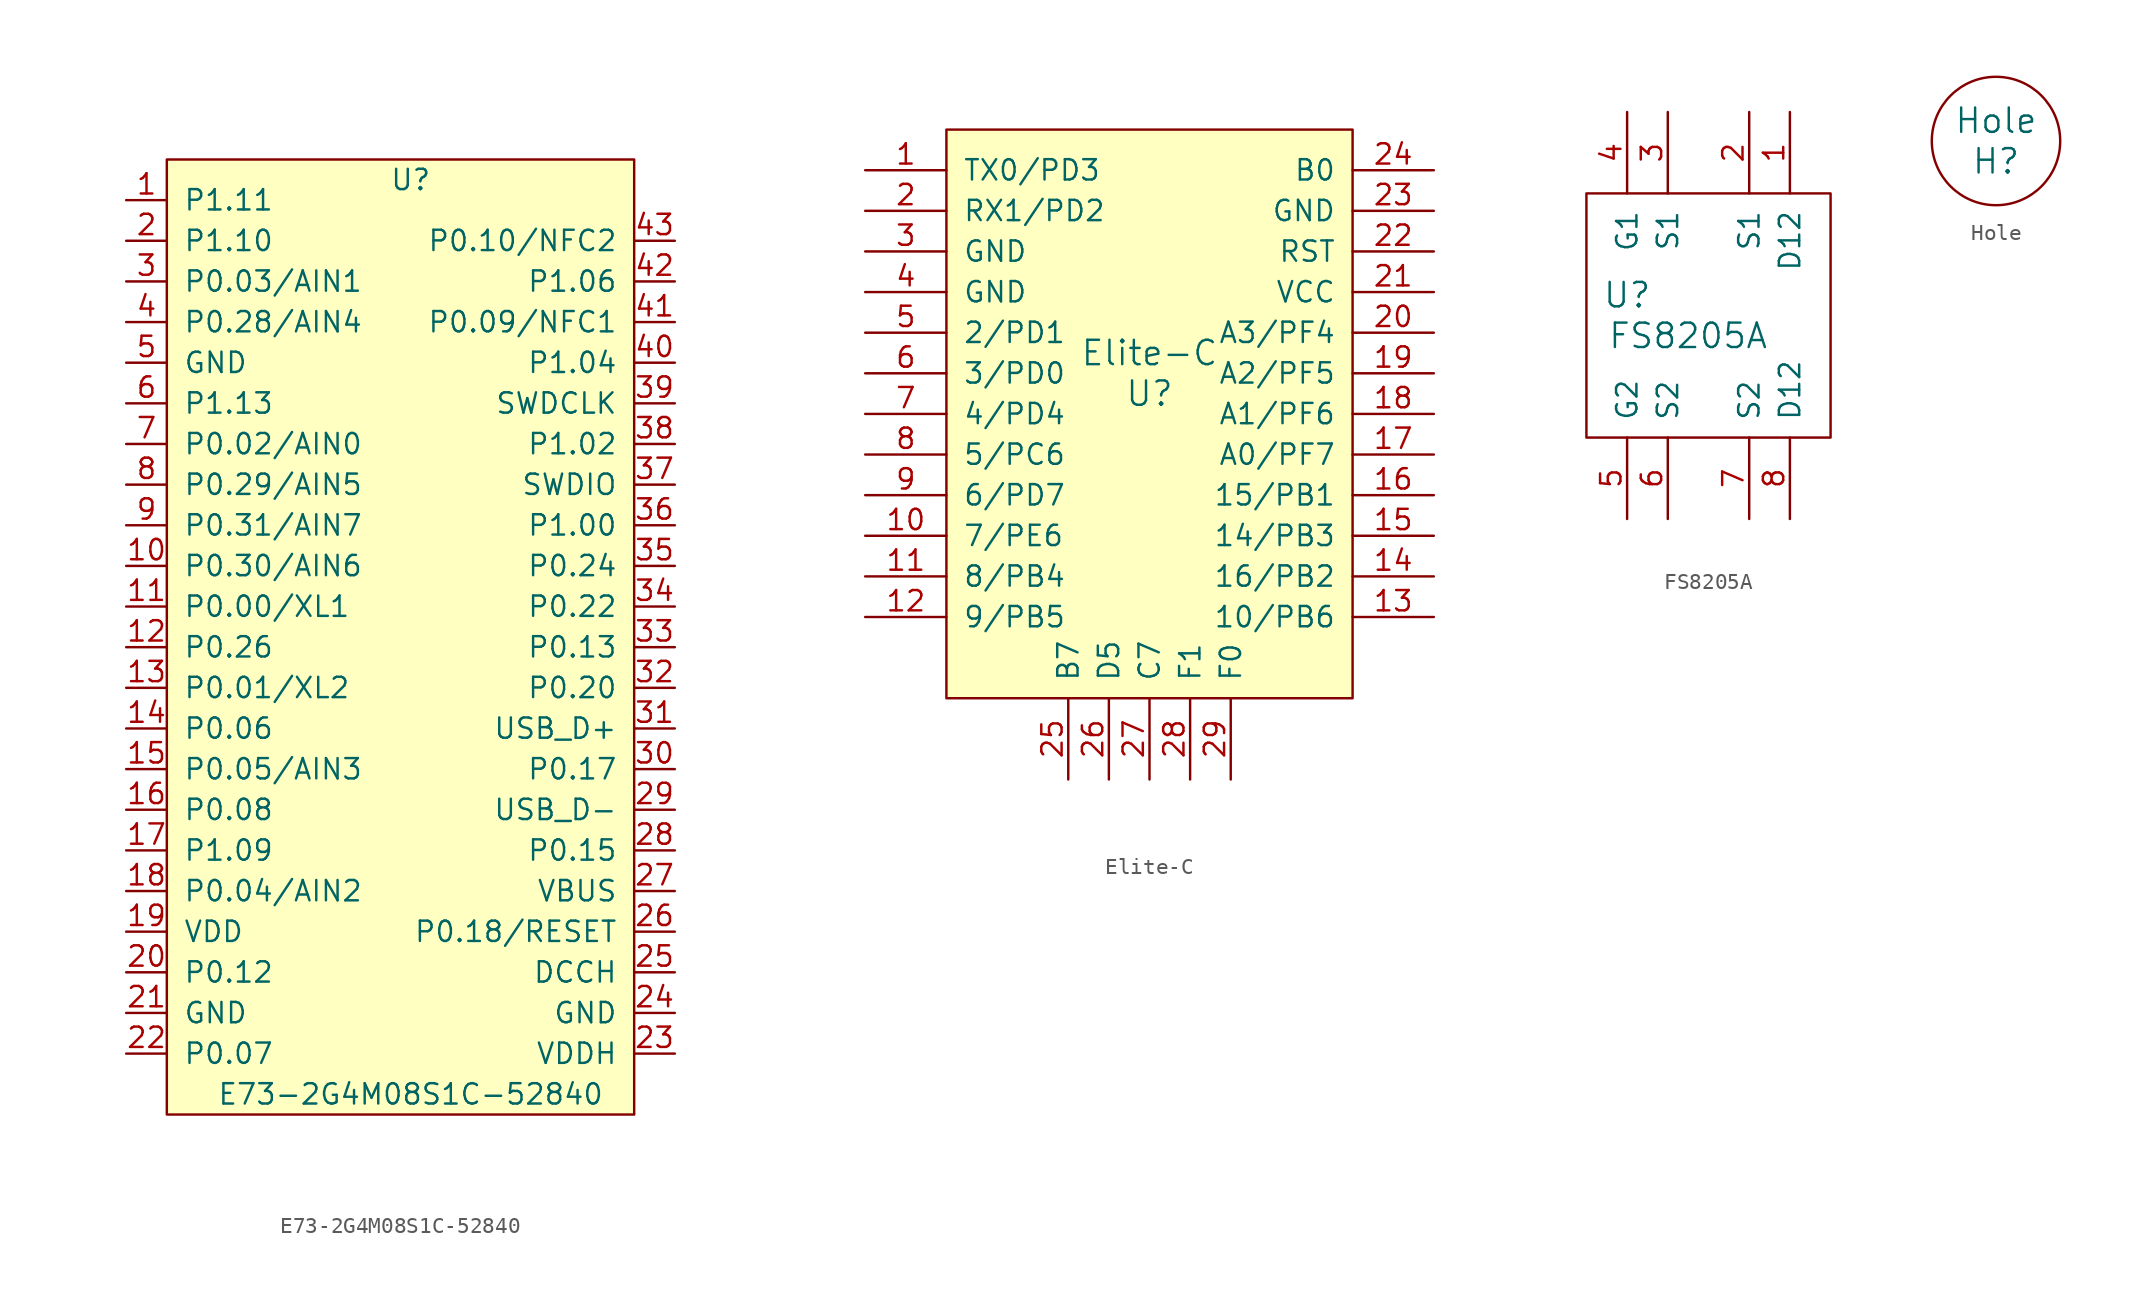
<source format=kicad_sym>
(kicad_symbol_lib
  (version 20220914)
  (generator kicad_symbol_editor)
  (symbol "E73-2G4M08S1C-52840"
    (pin_names
      (offset 1.016))
    (property "Reference" "U"
      (at 0 29.21 0)
      (effects (font (size 1.27 1.27))))
    (property "Value" "E73-2G4M08S1C-52840"
      (at 0 -27.94 0)
      (effects (font (size 1.27 1.27))))
    (symbol "E73-2G4M08S1C-52840_0_1"
      (rectangle (start -15.24 30.48) (end 13.97 -29.21) (stroke (width 0) (type default)) (fill (type background))))
    (symbol "E73-2G4M08S1C-52840_1_1"
      (pin input line (at -17.78 27.94 0) (length 2.54) (name "P1.11" (effects (font (size 1.27 1.27)))) (number "1" (effects (font (size 1.27 1.27)))))
      (pin input line (at -17.78 5.08 0) (length 2.54) (name "P0.30/AIN6" (effects (font (size 1.27 1.27)))) (number "10" (effects (font (size 1.27 1.27)))))
      (pin input line (at -17.78 2.54 0) (length 2.54) (name "P0.00/XL1" (effects (font (size 1.27 1.27)))) (number "11" (effects (font (size 1.27 1.27)))))
      (pin input line (at -17.78 0 0) (length 2.54) (name "P0.26" (effects (font (size 1.27 1.27)))) (number "12" (effects (font (size 1.27 1.27)))))
      (pin input line (at -17.78 -2.54 0) (length 2.54) (name "P0.01/XL2" (effects (font (size 1.27 1.27)))) (number "13" (effects (font (size 1.27 1.27)))))
      (pin input line (at -17.78 -5.08 0) (length 2.54) (name "P0.06" (effects (font (size 1.27 1.27)))) (number "14" (effects (font (size 1.27 1.27)))))
      (pin input line (at -17.78 -7.62 0) (length 2.54) (name "P0.05/AIN3" (effects (font (size 1.27 1.27)))) (number "15" (effects (font (size 1.27 1.27)))))
      (pin input line (at -17.78 -10.16 0) (length 2.54) (name "P0.08" (effects (font (size 1.27 1.27)))) (number "16" (effects (font (size 1.27 1.27)))))
      (pin input line (at -17.78 -12.7 0) (length 2.54) (name "P1.09" (effects (font (size 1.27 1.27)))) (number "17" (effects (font (size 1.27 1.27)))))
      (pin input line (at -17.78 -15.24 0) (length 2.54) (name "P0.04/AIN2" (effects (font (size 1.27 1.27)))) (number "18" (effects (font (size 1.27 1.27)))))
      (pin power_in line (at -17.78 -17.78 0) (length 2.54) (name "VDD" (effects (font (size 1.27 1.27)))) (number "19" (effects (font (size 1.27 1.27)))))
      (pin input line (at -17.78 25.4 0) (length 2.54) (name "P1.10" (effects (font (size 1.27 1.27)))) (number "2" (effects (font (size 1.27 1.27)))))
      (pin input line (at -17.78 -20.32 0) (length 2.54) (name "P0.12" (effects (font (size 1.27 1.27)))) (number "20" (effects (font (size 1.27 1.27)))))
      (pin power_in line (at -17.78 -22.86 0) (length 2.54) (name "GND" (effects (font (size 1.27 1.27)))) (number "21" (effects (font (size 1.27 1.27)))))
      (pin input line (at -17.78 -25.4 0) (length 2.54) (name "P0.07" (effects (font (size 1.27 1.27)))) (number "22" (effects (font (size 1.27 1.27)))))
      (pin power_in line (at 16.51 -25.4 180) (length 2.54) (name "VDDH" (effects (font (size 1.27 1.27)))) (number "23" (effects (font (size 1.27 1.27)))))
      (pin power_in line (at 16.51 -22.86 180) (length 2.54) (name "GND" (effects (font (size 1.27 1.27)))) (number "24" (effects (font (size 1.27 1.27)))))
      (pin power_out line (at 16.51 -20.32 180) (length 2.54) (name "DCCH" (effects (font (size 1.27 1.27)))) (number "25" (effects (font (size 1.27 1.27)))))
      (pin input line (at 16.51 -17.78 180) (length 2.54) (name "P0.18/RESET" (effects (font (size 1.27 1.27)))) (number "26" (effects (font (size 1.27 1.27)))))
      (pin power_in line (at 16.51 -15.24 180) (length 2.54) (name "VBUS" (effects (font (size 1.27 1.27)))) (number "27" (effects (font (size 1.27 1.27)))))
      (pin power_in line (at 16.51 -12.7 180) (length 2.54) (name "P0.15" (effects (font (size 1.27 1.27)))) (number "28" (effects (font (size 1.27 1.27)))))
      (pin input line (at 16.51 -10.16 180) (length 2.54) (name "USB_D-" (effects (font (size 1.27 1.27)))) (number "29" (effects (font (size 1.27 1.27)))))
      (pin input line (at -17.78 22.86 0) (length 2.54) (name "P0.03/AIN1" (effects (font (size 1.27 1.27)))) (number "3" (effects (font (size 1.27 1.27)))))
      (pin input line (at 16.51 -7.62 180) (length 2.54) (name "P0.17" (effects (font (size 1.27 1.27)))) (number "30" (effects (font (size 1.27 1.27)))))
      (pin input line (at 16.51 -5.08 180) (length 2.54) (name "USB_D+" (effects (font (size 1.27 1.27)))) (number "31" (effects (font (size 1.27 1.27)))))
      (pin input line (at 16.51 -2.54 180) (length 2.54) (name "P0.20" (effects (font (size 1.27 1.27)))) (number "32" (effects (font (size 1.27 1.27)))))
      (pin input line (at 16.51 0 180) (length 2.54) (name "P0.13" (effects (font (size 1.27 1.27)))) (number "33" (effects (font (size 1.27 1.27)))))
      (pin input line (at 16.51 2.54 180) (length 2.54) (name "P0.22" (effects (font (size 1.27 1.27)))) (number "34" (effects (font (size 1.27 1.27)))))
      (pin input line (at 16.51 5.08 180) (length 2.54) (name "P0.24" (effects (font (size 1.27 1.27)))) (number "35" (effects (font (size 1.27 1.27)))))
      (pin input line (at 16.51 7.62 180) (length 2.54) (name "P1.00" (effects (font (size 1.27 1.27)))) (number "36" (effects (font (size 1.27 1.27)))))
      (pin input line (at 16.51 10.16 180) (length 2.54) (name "SWDIO" (effects (font (size 1.27 1.27)))) (number "37" (effects (font (size 1.27 1.27)))))
      (pin input line (at 16.51 12.7 180) (length 2.54) (name "P1.02" (effects (font (size 1.27 1.27)))) (number "38" (effects (font (size 1.27 1.27)))))
      (pin input line (at 16.51 15.24 180) (length 2.54) (name "SWDCLK" (effects (font (size 1.27 1.27)))) (number "39" (effects (font (size 1.27 1.27)))))
      (pin input line (at -17.78 20.32 0) (length 2.54) (name "P0.28/AIN4" (effects (font (size 1.27 1.27)))) (number "4" (effects (font (size 1.27 1.27)))))
      (pin input line (at 16.51 17.78 180) (length 2.54) (name "P1.04" (effects (font (size 1.27 1.27)))) (number "40" (effects (font (size 1.27 1.27)))))
      (pin input line (at 16.51 20.32 180) (length 2.54) (name "P0.09/NFC1" (effects (font (size 1.27 1.27)))) (number "41" (effects (font (size 1.27 1.27)))))
      (pin input line (at 16.51 22.86 180) (length 2.54) (name "P1.06" (effects (font (size 1.27 1.27)))) (number "42" (effects (font (size 1.27 1.27)))))
      (pin input line (at 16.51 25.4 180) (length 2.54) (name "P0.10/NFC2" (effects (font (size 1.27 1.27)))) (number "43" (effects (font (size 1.27 1.27)))))
      (pin power_in line (at -17.78 17.78 0) (length 2.54) (name "GND" (effects (font (size 1.27 1.27)))) (number "5" (effects (font (size 1.27 1.27)))))
      (pin input line (at -17.78 15.24 0) (length 2.54) (name "P1.13" (effects (font (size 1.27 1.27)))) (number "6" (effects (font (size 1.27 1.27)))))
      (pin input line (at -17.78 12.7 0) (length 2.54) (name "P0.02/AIN0" (effects (font (size 1.27 1.27)))) (number "7" (effects (font (size 1.27 1.27)))))
      (pin input line (at -17.78 10.16 0) (length 2.54) (name "P0.29/AIN5" (effects (font (size 1.27 1.27)))) (number "8" (effects (font (size 1.27 1.27)))))
      (pin input line (at -17.78 7.62 0) (length 2.54) (name "P0.31/AIN7" (effects (font (size 1.27 1.27)))) (number "9" (effects (font (size 1.27 1.27)))))))
  (symbol "Elite-C"
    (pin_names
      (offset 1.016))
    (property "Reference" "U"
      (at 0 0 0)
      (effects (font (size 1.524 1.524))))
    (property "Value" "Elite-C"
      (at 0 2.54 0)
      (effects (font (size 1.524 1.524))))
    (symbol "Elite-C_0_1"
      (rectangle (start 12.7 -19.05) (end -12.7 16.51) (stroke (width 0) (type default)) (fill (type background))))
    (symbol "Elite-C_1_1"
      (pin input line (at -17.78 13.97 0) (length 5.08) (name "TX0/PD3" (effects (font (size 1.27 1.27)))) (number "1" (effects (font (size 1.27 1.27)))))
      (pin input line (at -17.78 -8.89 0) (length 5.08) (name "7/PE6" (effects (font (size 1.27 1.27)))) (number "10" (effects (font (size 1.27 1.27)))))
      (pin input line (at -17.78 -11.43 0) (length 5.08) (name "8/PB4" (effects (font (size 1.27 1.27)))) (number "11" (effects (font (size 1.27 1.27)))))
      (pin input line (at -17.78 -13.97 0) (length 5.08) (name "9/PB5" (effects (font (size 1.27 1.27)))) (number "12" (effects (font (size 1.27 1.27)))))
      (pin input line (at 17.78 -13.97 180) (length 5.08) (name "10/PB6" (effects (font (size 1.27 1.27)))) (number "13" (effects (font (size 1.27 1.27)))))
      (pin input line (at 17.78 -11.43 180) (length 5.08) (name "16/PB2" (effects (font (size 1.27 1.27)))) (number "14" (effects (font (size 1.27 1.27)))))
      (pin input line (at 17.78 -8.89 180) (length 5.08) (name "14/PB3" (effects (font (size 1.27 1.27)))) (number "15" (effects (font (size 1.27 1.27)))))
      (pin input line (at 17.78 -6.35 180) (length 5.08) (name "15/PB1" (effects (font (size 1.27 1.27)))) (number "16" (effects (font (size 1.27 1.27)))))
      (pin input line (at 17.78 -3.81 180) (length 5.08) (name "A0/PF7" (effects (font (size 1.27 1.27)))) (number "17" (effects (font (size 1.27 1.27)))))
      (pin input line (at 17.78 -1.27 180) (length 5.08) (name "A1/PF6" (effects (font (size 1.27 1.27)))) (number "18" (effects (font (size 1.27 1.27)))))
      (pin input line (at 17.78 1.27 180) (length 5.08) (name "A2/PF5" (effects (font (size 1.27 1.27)))) (number "19" (effects (font (size 1.27 1.27)))))
      (pin input line (at -17.78 11.43 0) (length 5.08) (name "RX1/PD2" (effects (font (size 1.27 1.27)))) (number "2" (effects (font (size 1.27 1.27)))))
      (pin input line (at 17.78 3.81 180) (length 5.08) (name "A3/PF4" (effects (font (size 1.27 1.27)))) (number "20" (effects (font (size 1.27 1.27)))))
      (pin input line (at 17.78 6.35 180) (length 5.08) (name "VCC" (effects (font (size 1.27 1.27)))) (number "21" (effects (font (size 1.27 1.27)))))
      (pin input line (at 17.78 8.89 180) (length 5.08) (name "RST" (effects (font (size 1.27 1.27)))) (number "22" (effects (font (size 1.27 1.27)))))
      (pin input line (at 17.78 11.43 180) (length 5.08) (name "GND" (effects (font (size 1.27 1.27)))) (number "23" (effects (font (size 1.27 1.27)))))
      (pin input line (at 17.78 13.97 180) (length 5.08) (name "B0" (effects (font (size 1.27 1.27)))) (number "24" (effects (font (size 1.27 1.27)))))
      (pin input line (at -5.08 -24.13 90) (length 5.08) (name "B7" (effects (font (size 1.27 1.27)))) (number "25" (effects (font (size 1.27 1.27)))))
      (pin input line (at -2.54 -24.13 90) (length 5.08) (name "D5" (effects (font (size 1.27 1.27)))) (number "26" (effects (font (size 1.27 1.27)))))
      (pin input line (at 0 -24.13 90) (length 5.08) (name "C7" (effects (font (size 1.27 1.27)))) (number "27" (effects (font (size 1.27 1.27)))))
      (pin input line (at 2.54 -24.13 90) (length 5.08) (name "F1" (effects (font (size 1.27 1.27)))) (number "28" (effects (font (size 1.27 1.27)))))
      (pin input line (at 5.08 -24.13 90) (length 5.08) (name "F0" (effects (font (size 1.27 1.27)))) (number "29" (effects (font (size 1.27 1.27)))))
      (pin input line (at -17.78 8.89 0) (length 5.08) (name "GND" (effects (font (size 1.27 1.27)))) (number "3" (effects (font (size 1.27 1.27)))))
      (pin input line (at -17.78 6.35 0) (length 5.08) (name "GND" (effects (font (size 1.27 1.27)))) (number "4" (effects (font (size 1.27 1.27)))))
      (pin input line (at -17.78 3.81 0) (length 5.08) (name "2/PD1" (effects (font (size 1.27 1.27)))) (number "5" (effects (font (size 1.27 1.27)))))
      (pin input line (at -17.78 1.27 0) (length 5.08) (name "3/PD0" (effects (font (size 1.27 1.27)))) (number "6" (effects (font (size 1.27 1.27)))))
      (pin input line (at -17.78 -1.27 0) (length 5.08) (name "4/PD4" (effects (font (size 1.27 1.27)))) (number "7" (effects (font (size 1.27 1.27)))))
      (pin input line (at -17.78 -3.81 0) (length 5.08) (name "5/PC6" (effects (font (size 1.27 1.27)))) (number "8" (effects (font (size 1.27 1.27)))))
      (pin input line (at -17.78 -6.35 0) (length 5.08) (name "6/PD7" (effects (font (size 1.27 1.27)))) (number "9" (effects (font (size 1.27 1.27)))))))
  (symbol "FS8205A"
    (pin_names
      (offset 1.016))
    (property "Reference" "U"
      (at -5.08 -1.27 0)
      (effects (font (size 1.524 1.524))))
    (property "Value" "FS8205A"
      (at -1.27 -3.81 0)
      (effects (font (size 1.524 1.524))))
    (symbol "FS8205A_0_1"
      (rectangle (start -7.62 5.08) (end 7.62 -10.16) (stroke (width 0) (type default)) (fill (type none))))
    (symbol "FS8205A_1_1"
      (pin input line (at 5.08 10.16 270) (length 5.08) (name "D12" (effects (font (size 1.27 1.27)))) (number "1" (effects (font (size 1.27 1.27)))))
      (pin input line (at 2.54 10.16 270) (length 5.08) (name "S1" (effects (font (size 1.27 1.27)))) (number "2" (effects (font (size 1.27 1.27)))))
      (pin input line (at -2.54 10.16 270) (length 5.08) (name "S1" (effects (font (size 1.27 1.27)))) (number "3" (effects (font (size 1.27 1.27)))))
      (pin input line (at -5.08 10.16 270) (length 5.08) (name "G1" (effects (font (size 1.27 1.27)))) (number "4" (effects (font (size 1.27 1.27)))))
      (pin input line (at -5.08 -15.24 90) (length 5.08) (name "G2" (effects (font (size 1.27 1.27)))) (number "5" (effects (font (size 1.27 1.27)))))
      (pin input line (at -2.54 -15.24 90) (length 5.08) (name "S2" (effects (font (size 1.27 1.27)))) (number "6" (effects (font (size 1.27 1.27)))))
      (pin input line (at 2.54 -15.24 90) (length 5.08) (name "S2" (effects (font (size 1.27 1.27)))) (number "7" (effects (font (size 1.27 1.27)))))
      (pin input line (at 5.08 -15.24 90) (length 5.08) (name "D12" (effects (font (size 1.27 1.27)))) (number "8" (effects (font (size 1.27 1.27)))))))
  (symbol "Hole"
    (pin_names
      (offset 1.016))
    (property "Reference" "H"
      (at 0 -1.27 0)
      (effects (font (size 1.524 1.524))))
    (property "Value" "Hole"
      (at 0 1.27 0)
      (effects (font (size 1.524 1.524))))
    (symbol "Hole_0_1"
      (circle (center 0 0) (radius 4.013) (stroke (width 0) (type default)) (fill (type none))))))
</source>
